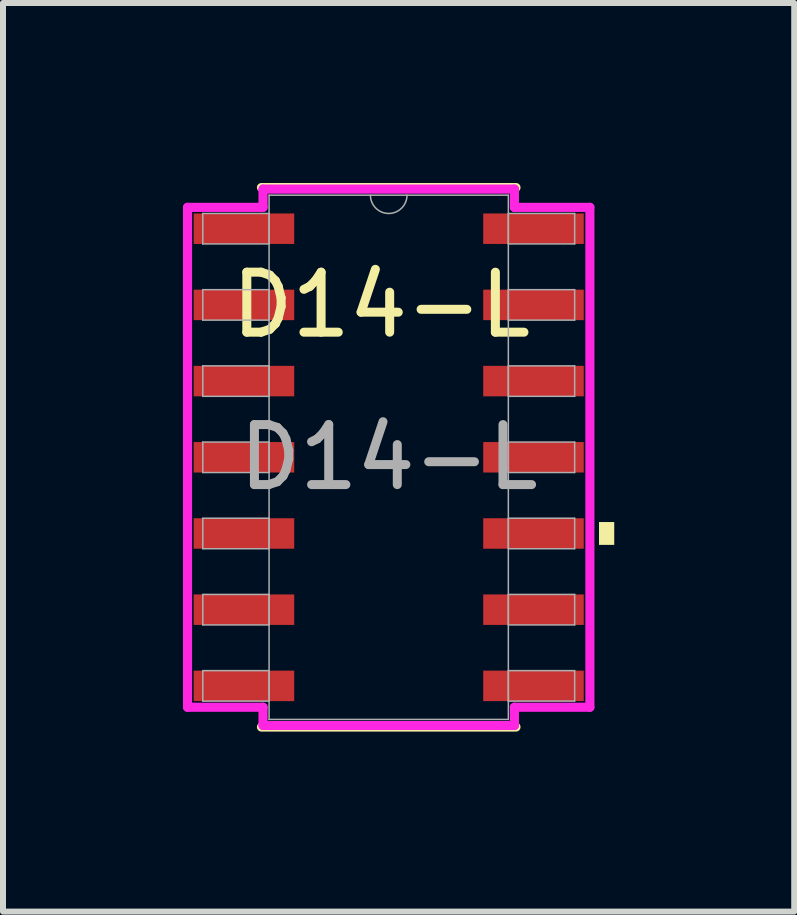
<source format=kicad_pcb>
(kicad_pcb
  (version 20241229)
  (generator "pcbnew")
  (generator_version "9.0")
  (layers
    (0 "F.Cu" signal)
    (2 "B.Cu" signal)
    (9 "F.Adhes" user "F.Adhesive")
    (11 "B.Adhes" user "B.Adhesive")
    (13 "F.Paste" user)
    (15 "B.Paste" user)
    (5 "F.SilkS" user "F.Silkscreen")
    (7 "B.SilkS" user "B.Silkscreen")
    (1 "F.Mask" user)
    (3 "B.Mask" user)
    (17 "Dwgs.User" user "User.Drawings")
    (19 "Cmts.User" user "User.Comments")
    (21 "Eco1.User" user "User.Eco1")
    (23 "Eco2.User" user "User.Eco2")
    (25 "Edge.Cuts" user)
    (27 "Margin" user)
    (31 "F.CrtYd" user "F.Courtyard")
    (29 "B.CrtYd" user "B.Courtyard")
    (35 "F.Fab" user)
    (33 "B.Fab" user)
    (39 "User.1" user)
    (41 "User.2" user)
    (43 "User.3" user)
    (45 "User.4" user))
  (footprint "D14-L"
    (layer "F.Cu")
    (at 3.429 4.572)
    (property "Reference" "D14-L" (at -0.127 -2.54 0) (unlocked yes) (layer "F.SilkS") (effects (font (size 1 1) (thickness 0.15))))
    (attr smd)
    (fp_line (start -2.121 4.496) (end 2.121 4.496) (stroke (width 0.152) (type solid)) (layer "F.SilkS"))
    (fp_line (start 2.121 -4.496) (end -2.121 -4.496) (stroke (width 0.152) (type solid)) (layer "F.SilkS"))
    (fp_poly (pts (xy 3.759 1.079) (xy 3.759 1.46) (xy 3.505 1.46) (xy 3.505 1.079)) (stroke (width 0) (type solid)) (fill yes) (layer "F.SilkS"))
    (fp_line (start -3.353 -4.166) (end -2.095 -4.166) (stroke (width 0.152) (type solid)) (layer "F.CrtYd"))
    (fp_line (start -3.353 4.166) (end -3.353 -4.166) (stroke (width 0.152) (type solid)) (layer "F.CrtYd"))
    (fp_line (start -3.353 4.166) (end -2.095 4.166) (stroke (width 0.152) (type solid)) (layer "F.CrtYd"))
    (fp_line (start -2.095 -4.47) (end 2.095 -4.47) (stroke (width 0.152) (type solid)) (layer "F.CrtYd"))
    (fp_line (start -2.095 -4.166) (end -2.095 -4.47) (stroke (width 0.152) (type solid)) (layer "F.CrtYd"))
    (fp_line (start -2.095 4.47) (end -2.095 4.166) (stroke (width 0.152) (type solid)) (layer "F.CrtYd"))
    (fp_line (start 2.095 -4.47) (end 2.095 -4.166) (stroke (width 0.152) (type solid)) (layer "F.CrtYd"))
    (fp_line (start 2.095 4.166) (end 2.095 4.47) (stroke (width 0.152) (type solid)) (layer "F.CrtYd"))
    (fp_line (start 2.095 4.47) (end -2.095 4.47) (stroke (width 0.152) (type solid)) (layer "F.CrtYd"))
    (fp_line (start 3.353 -4.166) (end 2.095 -4.166) (stroke (width 0.152) (type solid)) (layer "F.CrtYd"))
    (fp_line (start 3.353 -4.166) (end 3.353 4.166) (stroke (width 0.152) (type solid)) (layer "F.CrtYd"))
    (fp_line (start 3.353 4.166) (end 2.095 4.166) (stroke (width 0.152) (type solid)) (layer "F.CrtYd"))
    (fp_line (start -3.099 -4.064) (end -3.099 -3.556) (stroke (width 0.025) (type solid)) (layer "F.Fab"))
    (fp_line (start -3.099 -3.556) (end -1.994 -3.556) (stroke (width 0.025) (type solid)) (layer "F.Fab"))
    (fp_line (start -3.099 -2.794) (end -3.099 -2.286) (stroke (width 0.025) (type solid)) (layer "F.Fab"))
    (fp_line (start -3.099 -2.286) (end -1.994 -2.286) (stroke (width 0.025) (type solid)) (layer "F.Fab"))
    (fp_line (start -3.099 -1.524) (end -3.099 -1.016) (stroke (width 0.025) (type solid)) (layer "F.Fab"))
    (fp_line (start -3.099 -1.016) (end -1.994 -1.016) (stroke (width 0.025) (type solid)) (layer "F.Fab"))
    (fp_line (start -3.099 -0.254) (end -3.099 0.254) (stroke (width 0.025) (type solid)) (layer "F.Fab"))
    (fp_line (start -3.099 0.254) (end -1.994 0.254) (stroke (width 0.025) (type solid)) (layer "F.Fab"))
    (fp_line (start -3.099 1.016) (end -3.099 1.524) (stroke (width 0.025) (type solid)) (layer "F.Fab"))
    (fp_line (start -3.099 1.524) (end -1.994 1.524) (stroke (width 0.025) (type solid)) (layer "F.Fab"))
    (fp_line (start -3.099 2.286) (end -3.099 2.794) (stroke (width 0.025) (type solid)) (layer "F.Fab"))
    (fp_line (start -3.099 2.794) (end -1.994 2.794) (stroke (width 0.025) (type solid)) (layer "F.Fab"))
    (fp_line (start -3.099 3.556) (end -3.099 4.064) (stroke (width 0.025) (type solid)) (layer "F.Fab"))
    (fp_line (start -3.099 4.064) (end -1.994 4.064) (stroke (width 0.025) (type solid)) (layer "F.Fab"))
    (fp_line (start -1.994 -4.369) (end -1.994 4.369) (stroke (width 0.025) (type solid)) (layer "F.Fab"))
    (fp_line (start -1.994 -4.064) (end -3.099 -4.064) (stroke (width 0.025) (type solid)) (layer "F.Fab"))
    (fp_line (start -1.994 -3.556) (end -1.994 -4.064) (stroke (width 0.025) (type solid)) (layer "F.Fab"))
    (fp_line (start -1.994 -2.794) (end -3.099 -2.794) (stroke (width 0.025) (type solid)) (layer "F.Fab"))
    (fp_line (start -1.994 -2.286) (end -1.994 -2.794) (stroke (width 0.025) (type solid)) (layer "F.Fab"))
    (fp_line (start -1.994 -1.524) (end -3.099 -1.524) (stroke (width 0.025) (type solid)) (layer "F.Fab"))
    (fp_line (start -1.994 -1.016) (end -1.994 -1.524) (stroke (width 0.025) (type solid)) (layer "F.Fab"))
    (fp_line (start -1.994 -0.254) (end -3.099 -0.254) (stroke (width 0.025) (type solid)) (layer "F.Fab"))
    (fp_line (start -1.994 0.254) (end -1.994 -0.254) (stroke (width 0.025) (type solid)) (layer "F.Fab"))
    (fp_line (start -1.994 1.016) (end -3.099 1.016) (stroke (width 0.025) (type solid)) (layer "F.Fab"))
    (fp_line (start -1.994 1.524) (end -1.994 1.016) (stroke (width 0.025) (type solid)) (layer "F.Fab"))
    (fp_line (start -1.994 2.286) (end -3.099 2.286) (stroke (width 0.025) (type solid)) (layer "F.Fab"))
    (fp_line (start -1.994 2.794) (end -1.994 2.286) (stroke (width 0.025) (type solid)) (layer "F.Fab"))
    (fp_line (start -1.994 3.556) (end -3.099 3.556) (stroke (width 0.025) (type solid)) (layer "F.Fab"))
    (fp_line (start -1.994 4.064) (end -1.994 3.556) (stroke (width 0.025) (type solid)) (layer "F.Fab"))
    (fp_line (start -1.994 4.369) (end 1.994 4.369) (stroke (width 0.025) (type solid)) (layer "F.Fab"))
    (fp_line (start 1.994 -4.369) (end -1.994 -4.369) (stroke (width 0.025) (type solid)) (layer "F.Fab"))
    (fp_line (start 1.994 -4.064) (end 1.994 -3.556) (stroke (width 0.025) (type solid)) (layer "F.Fab"))
    (fp_line (start 1.994 -3.556) (end 3.099 -3.556) (stroke (width 0.025) (type solid)) (layer "F.Fab"))
    (fp_line (start 1.994 -2.794) (end 1.994 -2.286) (stroke (width 0.025) (type solid)) (layer "F.Fab"))
    (fp_line (start 1.994 -2.286) (end 3.099 -2.286) (stroke (width 0.025) (type solid)) (layer "F.Fab"))
    (fp_line (start 1.994 -1.524) (end 1.994 -1.016) (stroke (width 0.025) (type solid)) (layer "F.Fab"))
    (fp_line (start 1.994 -1.016) (end 3.099 -1.016) (stroke (width 0.025) (type solid)) (layer "F.Fab"))
    (fp_line (start 1.994 -0.254) (end 1.994 0.254) (stroke (width 0.025) (type solid)) (layer "F.Fab"))
    (fp_line (start 1.994 0.254) (end 3.099 0.254) (stroke (width 0.025) (type solid)) (layer "F.Fab"))
    (fp_line (start 1.994 1.016) (end 1.994 1.524) (stroke (width 0.025) (type solid)) (layer "F.Fab"))
    (fp_line (start 1.994 1.524) (end 3.099 1.524) (stroke (width 0.025) (type solid)) (layer "F.Fab"))
    (fp_line (start 1.994 2.286) (end 1.994 2.794) (stroke (width 0.025) (type solid)) (layer "F.Fab"))
    (fp_line (start 1.994 2.794) (end 3.099 2.794) (stroke (width 0.025) (type solid)) (layer "F.Fab"))
    (fp_line (start 1.994 3.556) (end 1.994 4.064) (stroke (width 0.025) (type solid)) (layer "F.Fab"))
    (fp_line (start 1.994 4.064) (end 3.099 4.064) (stroke (width 0.025) (type solid)) (layer "F.Fab"))
    (fp_line (start 1.994 4.369) (end 1.994 -4.369) (stroke (width 0.025) (type solid)) (layer "F.Fab"))
    (fp_line (start 3.099 -4.064) (end 1.994 -4.064) (stroke (width 0.025) (type solid)) (layer "F.Fab"))
    (fp_line (start 3.099 -3.556) (end 3.099 -4.064) (stroke (width 0.025) (type solid)) (layer "F.Fab"))
    (fp_line (start 3.099 -2.794) (end 1.994 -2.794) (stroke (width 0.025) (type solid)) (layer "F.Fab"))
    (fp_line (start 3.099 -2.286) (end 3.099 -2.794) (stroke (width 0.025) (type solid)) (layer "F.Fab"))
    (fp_line (start 3.099 -1.524) (end 1.994 -1.524) (stroke (width 0.025) (type solid)) (layer "F.Fab"))
    (fp_line (start 3.099 -1.016) (end 3.099 -1.524) (stroke (width 0.025) (type solid)) (layer "F.Fab"))
    (fp_line (start 3.099 -0.254) (end 1.994 -0.254) (stroke (width 0.025) (type solid)) (layer "F.Fab"))
    (fp_line (start 3.099 0.254) (end 3.099 -0.254) (stroke (width 0.025) (type solid)) (layer "F.Fab"))
    (fp_line (start 3.099 1.016) (end 1.994 1.016) (stroke (width 0.025) (type solid)) (layer "F.Fab"))
    (fp_line (start 3.099 1.524) (end 3.099 1.016) (stroke (width 0.025) (type solid)) (layer "F.Fab"))
    (fp_line (start 3.099 2.286) (end 1.994 2.286) (stroke (width 0.025) (type solid)) (layer "F.Fab"))
    (fp_line (start 3.099 2.794) (end 3.099 2.286) (stroke (width 0.025) (type solid)) (layer "F.Fab"))
    (fp_line (start 3.099 3.556) (end 1.994 3.556) (stroke (width 0.025) (type solid)) (layer "F.Fab"))
    (fp_line (start 3.099 4.064) (end 3.099 3.556) (stroke (width 0.025) (type solid)) (layer "F.Fab"))
    (fp_arc (start 0.3048 -4.3688) (mid 0 -4.064) (end -0.3048 -4.3688) (stroke (width 0.0254) (type solid)) (layer "F.Fab"))
    (fp_text user "${REFERENCE}" (at 0 0 0) (unlocked yes) (layer "F.Fab") (effects (font (size 1 1) (thickness 0.15))))
    (pad "1" smd rect (at -2.413 -3.81) (size 1.676 0.508) (layers "F.Cu" "F.Mask" "F.Paste"))
    (pad "2" smd rect (at -2.413 -2.54) (size 1.676 0.508) (layers "F.Cu" "F.Mask" "F.Paste"))
    (pad "3" smd rect (at -2.413 -1.27) (size 1.676 0.508) (layers "F.Cu" "F.Mask" "F.Paste"))
    (pad "4" smd rect (at -2.413 0) (size 1.676 0.508) (layers "F.Cu" "F.Mask" "F.Paste"))
    (pad "5" smd rect (at -2.413 1.27) (size 1.676 0.508) (layers "F.Cu" "F.Mask" "F.Paste"))
    (pad "6" smd rect (at -2.413 2.54) (size 1.676 0.508) (layers "F.Cu" "F.Mask" "F.Paste"))
    (pad "7" smd rect (at -2.413 3.81) (size 1.676 0.508) (layers "F.Cu" "F.Mask" "F.Paste"))
    (pad "8" smd rect (at 2.413 3.81) (size 1.676 0.508) (layers "F.Cu" "F.Mask" "F.Paste"))
    (pad "9" smd rect (at 2.413 2.54) (size 1.676 0.508) (layers "F.Cu" "F.Mask" "F.Paste"))
    (pad "10" smd rect (at 2.413 1.27) (size 1.676 0.508) (layers "F.Cu" "F.Mask" "F.Paste"))
    (pad "11" smd rect (at 2.413 0) (size 1.676 0.508) (layers "F.Cu" "F.Mask" "F.Paste"))
    (pad "12" smd rect (at 2.413 -1.27) (size 1.676 0.508) (layers "F.Cu" "F.Mask" "F.Paste"))
    (pad "13" smd rect (at 2.413 -2.54) (size 1.676 0.508) (layers "F.Cu" "F.Mask" "F.Paste"))
    (pad "14" smd rect (at 2.413 -3.81) (size 1.676 0.508) (layers "F.Cu" "F.Mask" "F.Paste")))
  (gr_rect
    (start -3 -3)
    (end 10.188 12.144)
    (stroke (width 0.1) (type default))
    (fill no)
    (layer "Edge.Cuts")))
</source>
